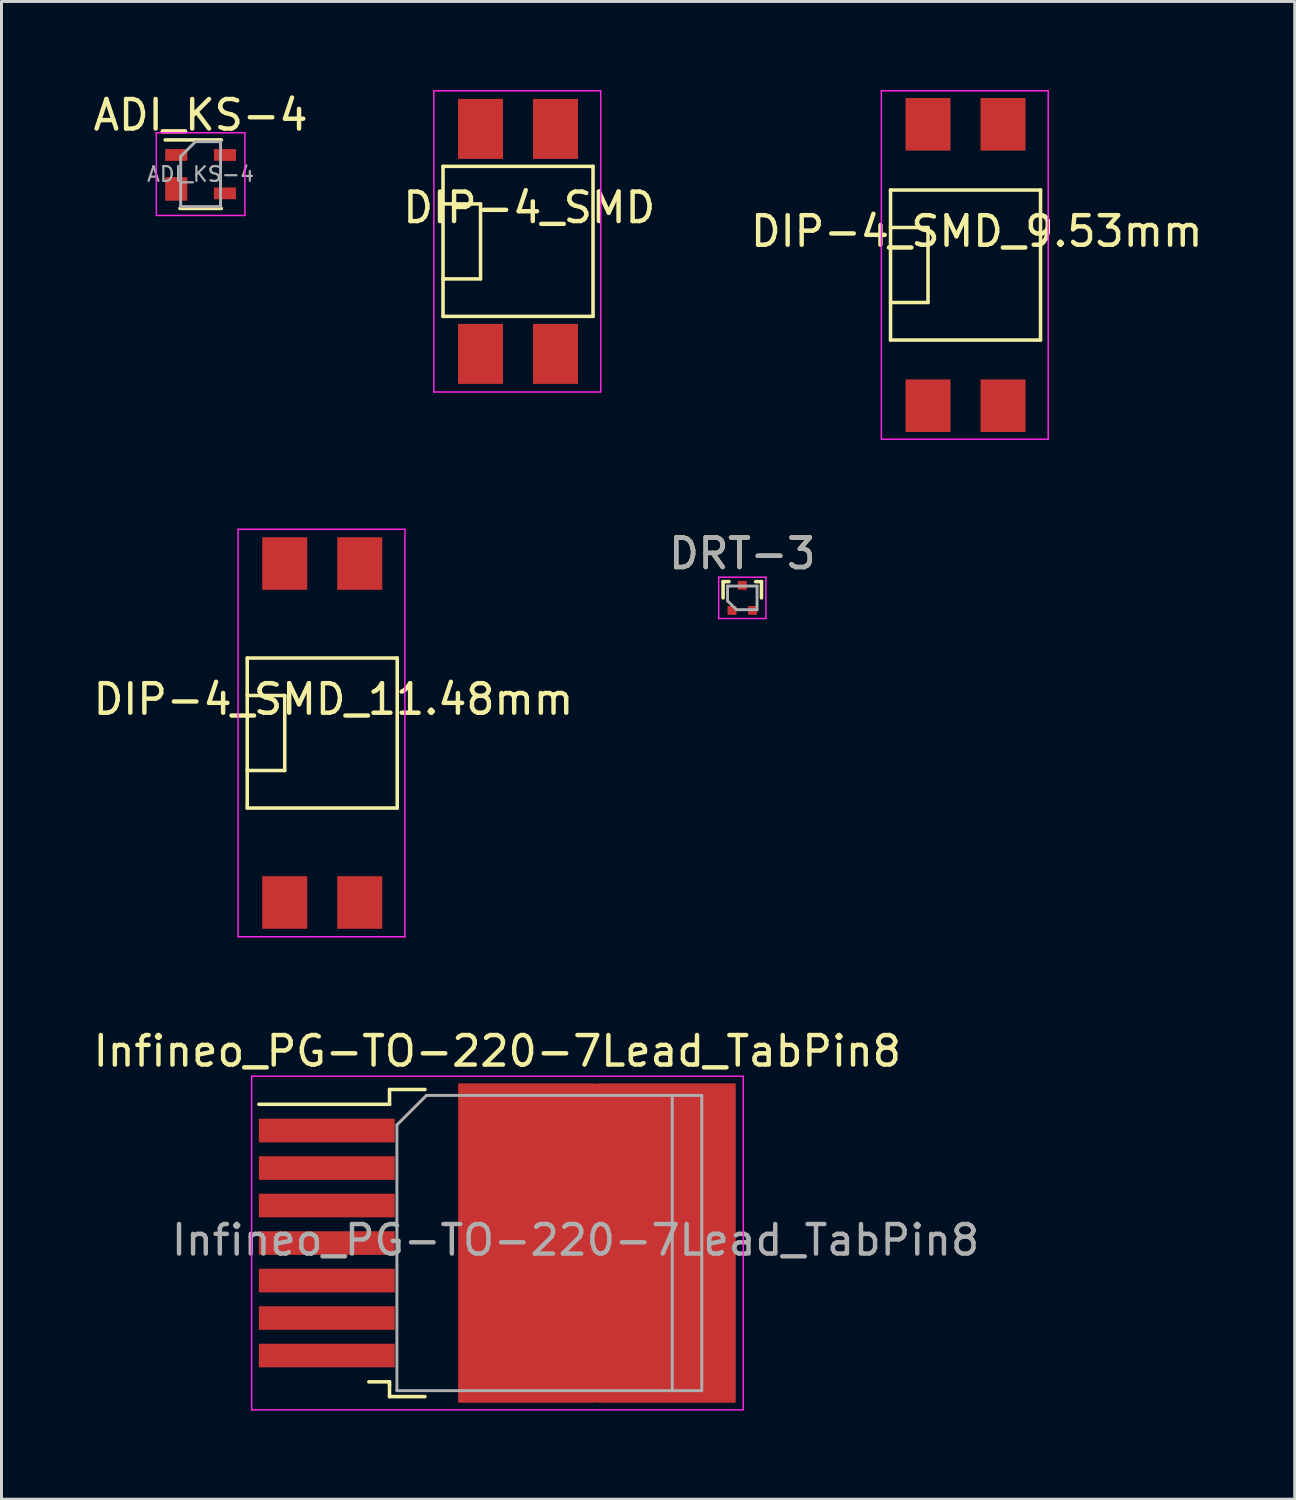
<source format=kicad_pcb>
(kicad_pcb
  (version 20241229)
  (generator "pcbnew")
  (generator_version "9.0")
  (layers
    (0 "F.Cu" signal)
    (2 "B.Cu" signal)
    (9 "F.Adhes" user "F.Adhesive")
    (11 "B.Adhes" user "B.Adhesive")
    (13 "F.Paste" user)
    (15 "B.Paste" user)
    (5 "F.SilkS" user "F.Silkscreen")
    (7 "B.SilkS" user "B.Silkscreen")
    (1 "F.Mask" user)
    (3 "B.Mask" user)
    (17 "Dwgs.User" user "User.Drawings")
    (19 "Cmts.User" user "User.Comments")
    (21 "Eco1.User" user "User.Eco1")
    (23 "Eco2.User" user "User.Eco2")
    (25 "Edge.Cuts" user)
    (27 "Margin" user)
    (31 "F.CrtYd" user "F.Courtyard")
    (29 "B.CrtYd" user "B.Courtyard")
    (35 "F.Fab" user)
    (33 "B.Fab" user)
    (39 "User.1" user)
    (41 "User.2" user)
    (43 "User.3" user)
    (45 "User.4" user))
  (footprint "Infineo_PG-TO-220-7Lead_TabPin8"
    (layer "F.Cu")
    (at 13.792 39.048)
    (property "Reference" "Infineo_PG-TO-220-7Lead_TabPin8" (at 0 -6.5 0) (layer "F.SilkS") (effects (font (size 1 1) (thickness 0.15))))
    (attr smd)
    (fp_line (start -8.075 -4.7) (end -3.65 -4.7) (stroke (width 0.12) (type solid)) (layer "F.SilkS"))
    (fp_line (start -4.35 4.7) (end -3.65 4.7) (stroke (width 0.12) (type solid)) (layer "F.SilkS"))
    (fp_line (start -3.65 -5.2) (end -2.45 -5.2) (stroke (width 0.12) (type solid)) (layer "F.SilkS"))
    (fp_line (start -3.65 -4.7) (end -3.65 -5.2) (stroke (width 0.12) (type solid)) (layer "F.SilkS"))
    (fp_line (start -3.65 4.7) (end -3.65 4.8) (stroke (width 0.12) (type solid)) (layer "F.SilkS"))
    (fp_line (start -3.65 5.2) (end -3.65 4.8) (stroke (width 0.12) (type solid)) (layer "F.SilkS"))
    (fp_line (start -2.45 5.2) (end -3.65 5.2) (stroke (width 0.12) (type solid)) (layer "F.SilkS"))
    (fp_line (start -8.32 -5.65) (end -8.32 5.65) (stroke (width 0.05) (type solid)) (layer "F.CrtYd"))
    (fp_line (start -8.32 -5.65) (end 8.33 -5.65) (stroke (width 0.05) (type solid)) (layer "F.CrtYd"))
    (fp_line (start 8.33 5.65) (end -8.32 5.65) (stroke (width 0.05) (type solid)) (layer "F.CrtYd"))
    (fp_line (start 8.33 5.65) (end 8.33 -5.65) (stroke (width 0.05) (type solid)) (layer "F.CrtYd"))
    (fp_line (start -3.4 -4) (end -3.4 5) (stroke (width 0.1) (type solid)) (layer "F.Fab"))
    (fp_line (start -3.4 -4) (end -2.4 -5) (stroke (width 0.1) (type solid)) (layer "F.Fab"))
    (fp_line (start -3.4 5) (end 5.85 5) (stroke (width 0.1) (type solid)) (layer "F.Fab"))
    (fp_line (start -2.4 -5) (end 5.925 -5) (stroke (width 0.1) (type solid)) (layer "F.Fab"))
    (fp_line (start 5.925 -5) (end 5.925 5) (stroke (width 0.1) (type solid)) (layer "F.Fab"))
    (fp_line (start 5.925 -5) (end 6.925 -5) (stroke (width 0.1) (type solid)) (layer "F.Fab"))
    (fp_line (start 5.925 5) (end 6.925 5) (stroke (width 0.1) (type solid)) (layer "F.Fab"))
    (fp_line (start 6.925 -5) (end 6.925 5) (stroke (width 0.1) (type solid)) (layer "F.Fab"))
    (fp_text user "${REFERENCE}" (at 2.65 -0.1 0) (layer "F.Fab") (effects (font (size 1 1) (thickness 0.15))))
    (pad "1" smd rect (at -5.775 -3.81) (size 4.6 0.8) (layers "F.Cu" "F.Mask" "F.Paste"))
    (pad "2" smd rect (at -5.775 -2.54) (size 4.6 0.8) (layers "F.Cu" "F.Mask" "F.Paste"))
    (pad "3" smd rect (at -5.775 -1.27) (size 4.6 0.8) (layers "F.Cu" "F.Mask" "F.Paste"))
    (pad "4" smd rect (at -5.775 0) (size 4.6 0.8) (layers "F.Cu" "F.Mask" "F.Paste"))
    (pad "5" smd rect (at -5.775 1.27) (size 4.6 0.8) (layers "F.Cu" "F.Mask" "F.Paste"))
    (pad "6" smd rect (at -5.775 2.54) (size 4.6 0.8) (layers "F.Cu" "F.Mask" "F.Paste"))
    (pad "7" smd rect (at -5.775 3.81) (size 4.6 0.8) (layers "F.Cu" "F.Mask" "F.Paste"))
    (pad "8" smd rect (at 1 -2.75) (size 4.6 5.3) (layers "F.Cu" "F.Paste"))
    (pad "8" smd rect (at 1 2.75) (size 4.6 5.3) (layers "F.Cu" "F.Paste"))
    (pad "8" smd rect (at 3.375 0) (size 9.4 10.8) (layers "F.Cu" "F.Mask"))
    (pad "8" smd rect (at 5.75 -2.75) (size 4.6 5.3) (layers "F.Cu" "F.Paste"))
    (pad "8" smd rect (at 5.75 2.75) (size 4.6 5.3) (layers "F.Cu" "F.Paste")))
  (footprint "DIP-4_SMD"
    (layer "F.Cu")
    (at 14.494 5.125)
    (property "Reference" "DIP-4_SMD" (at 0.381 -1.143 0) (layer "F.SilkS") (effects (font (size 1 1) (thickness 0.15))))
    (attr smd)
    (fp_line (start -2.54 -2.54) (end -2.54 2.54) (stroke (width 0.12) (type solid)) (layer "F.SilkS"))
    (fp_line (start -2.54 -1.27) (end -1.27 -1.27) (stroke (width 0.12) (type solid)) (layer "F.SilkS"))
    (fp_line (start -2.54 2.54) (end 2.54 2.54) (stroke (width 0.12) (type solid)) (layer "F.SilkS"))
    (fp_line (start -1.27 -1.27) (end -1.27 1.27) (stroke (width 0.12) (type solid)) (layer "F.SilkS"))
    (fp_line (start -1.27 1.27) (end -2.54 1.27) (stroke (width 0.12) (type solid)) (layer "F.SilkS"))
    (fp_line (start 2.54 -2.54) (end -2.54 -2.54) (stroke (width 0.12) (type solid)) (layer "F.SilkS"))
    (fp_line (start 2.54 2.54) (end 2.54 -2.54) (stroke (width 0.12) (type solid)) (layer "F.SilkS"))
    (fp_line (start -2.85 -5.1) (end 2.8 -5.1) (stroke (width 0.05) (type solid)) (layer "F.CrtYd"))
    (fp_line (start -2.85 5.1) (end -2.85 -5.1) (stroke (width 0.05) (type solid)) (layer "F.CrtYd"))
    (fp_line (start 2.8 -5.1) (end 2.8 5.1) (stroke (width 0.05) (type solid)) (layer "F.CrtYd"))
    (fp_line (start 2.8 5.1) (end -2.85 5.1) (stroke (width 0.05) (type solid)) (layer "F.CrtYd"))
    (pad "1" smd rect (at -1.27 3.81) (size 1.524 2.032) (layers "F.Cu" "F.Mask" "F.Paste"))
    (pad "2" smd rect (at 1.27 3.81) (size 1.524 2.032) (layers "F.Cu" "F.Mask" "F.Paste"))
    (pad "3" smd rect (at 1.27 -3.81) (size 1.524 2.032) (layers "F.Cu" "F.Mask" "F.Paste"))
    (pad "4" smd rect (at -1.27 -3.81) (size 1.524 2.032) (layers "F.Cu" "F.Mask" "F.Paste")))
  (footprint "DRT-3"
    (layer "F.Cu")
    (at 22.089 17.198)
    (property "Reference" "DRT-3" (at 0 -1.5 0) (layer "F.SilkS") (effects (font (size 1 1) (thickness 0.15))))
    (attr smd)
    (fp_line (start -0.65 -0.55) (end -0.45 -0.55) (stroke (width 0.12) (type solid)) (layer "F.SilkS"))
    (fp_line (start -0.65 0) (end -0.65 -0.55) (stroke (width 0.12) (type solid)) (layer "F.SilkS"))
    (fp_line (start 0.65 -0.55) (end 0.45 -0.55) (stroke (width 0.12) (type solid)) (layer "F.SilkS"))
    (fp_line (start 0.65 0) (end 0.65 -0.55) (stroke (width 0.12) (type solid)) (layer "F.SilkS"))
    (fp_line (start -0.8 -0.7) (end 0.8 -0.7) (stroke (width 0.05) (type solid)) (layer "F.CrtYd"))
    (fp_line (start -0.8 0.7) (end -0.8 -0.7) (stroke (width 0.05) (type solid)) (layer "F.CrtYd"))
    (fp_line (start 0.8 -0.7) (end 0.8 0.7) (stroke (width 0.05) (type solid)) (layer "F.CrtYd"))
    (fp_line (start 0.8 0.7) (end -0.8 0.7) (stroke (width 0.05) (type solid)) (layer "F.CrtYd"))
    (fp_line (start -0.5 -0.4) (end 0.5 -0.4) (stroke (width 0.1) (type solid)) (layer "F.Fab"))
    (fp_line (start -0.5 0.1) (end -0.5 -0.4) (stroke (width 0.1) (type solid)) (layer "F.Fab"))
    (fp_line (start -0.5 0.1) (end -0.2 0.4) (stroke (width 0.1) (type solid)) (layer "F.Fab"))
    (fp_line (start 0.5 -0.4) (end 0.5 0.4) (stroke (width 0.1) (type solid)) (layer "F.Fab"))
    (fp_line (start 0.5 0.4) (end -0.2 0.4) (stroke (width 0.1) (type solid)) (layer "F.Fab"))
    (fp_text user "${REFERENCE}" (at 0 -1.5 0) (layer "F.Fab") (effects (font (size 1 1) (thickness 0.15))))
    (pad "1" smd rect (at -0.35 0.425) (size 0.3 0.3) (layers "F.Cu" "F.Mask" "F.Paste"))
    (pad "2" smd rect (at 0.35 0.425) (size 0.3 0.3) (layers "F.Cu" "F.Mask" "F.Paste"))
    (pad "3" smd rect (at 0 -0.425) (size 0.3 0.3) (layers "F.Cu" "F.Mask" "F.Paste")))
  (footprint "DIP-4_SMD_11.48mm"
    (layer "F.Cu")
    (at 7.863 21.775)
    (property "Reference" "DIP-4_SMD_11.48mm" (at 0.381 -1.143 0) (layer "F.SilkS") (effects (font (size 1 1) (thickness 0.15))))
    (attr smd)
    (fp_line (start -2.54 -2.54) (end -2.54 2.54) (stroke (width 0.12) (type solid)) (layer "F.SilkS"))
    (fp_line (start -2.54 -1.27) (end -1.27 -1.27) (stroke (width 0.12) (type solid)) (layer "F.SilkS"))
    (fp_line (start -2.54 2.54) (end 2.54 2.54) (stroke (width 0.12) (type solid)) (layer "F.SilkS"))
    (fp_line (start -1.27 -1.27) (end -1.27 1.27) (stroke (width 0.12) (type solid)) (layer "F.SilkS"))
    (fp_line (start -1.27 1.27) (end -2.54 1.27) (stroke (width 0.12) (type solid)) (layer "F.SilkS"))
    (fp_line (start 2.54 -2.54) (end -2.54 -2.54) (stroke (width 0.12) (type solid)) (layer "F.SilkS"))
    (fp_line (start 2.54 2.54) (end 2.54 -2.54) (stroke (width 0.12) (type solid)) (layer "F.SilkS"))
    (fp_line (start -2.85 -6.9) (end 2.8 -6.9) (stroke (width 0.05) (type solid)) (layer "F.CrtYd"))
    (fp_line (start -2.85 6.9) (end -2.85 -6.9) (stroke (width 0.05) (type solid)) (layer "F.CrtYd"))
    (fp_line (start 2.8 -6.9) (end 2.8 6.9) (stroke (width 0.05) (type solid)) (layer "F.CrtYd"))
    (fp_line (start 2.8 6.9) (end -2.85 6.9) (stroke (width 0.05) (type solid)) (layer "F.CrtYd"))
    (pad "1" smd rect (at -1.27 5.74) (size 1.524 1.78) (layers "F.Cu" "F.Mask" "F.Paste"))
    (pad "2" smd rect (at 1.27 5.74) (size 1.524 1.78) (layers "F.Cu" "F.Mask" "F.Paste"))
    (pad "3" smd rect (at 1.27 -5.74) (size 1.524 1.78) (layers "F.Cu" "F.Mask" "F.Paste"))
    (pad "4" smd rect (at -1.27 -5.74) (size 1.524 1.78) (layers "F.Cu" "F.Mask" "F.Paste")))
  (footprint "DIP-4_SMD_9.53mm"
    (layer "F.Cu")
    (at 29.649 5.925)
    (property "Reference" "DIP-4_SMD_9.53mm" (at 0.381 -1.143 0) (layer "F.SilkS") (effects (font (size 1 1) (thickness 0.15))))
    (attr smd)
    (fp_line (start -2.54 -2.54) (end -2.54 2.54) (stroke (width 0.12) (type solid)) (layer "F.SilkS"))
    (fp_line (start -2.54 -1.27) (end -1.27 -1.27) (stroke (width 0.12) (type solid)) (layer "F.SilkS"))
    (fp_line (start -2.54 2.54) (end 2.54 2.54) (stroke (width 0.12) (type solid)) (layer "F.SilkS"))
    (fp_line (start -1.27 -1.27) (end -1.27 1.27) (stroke (width 0.12) (type solid)) (layer "F.SilkS"))
    (fp_line (start -1.27 1.27) (end -2.54 1.27) (stroke (width 0.12) (type solid)) (layer "F.SilkS"))
    (fp_line (start 2.54 -2.54) (end -2.54 -2.54) (stroke (width 0.12) (type solid)) (layer "F.SilkS"))
    (fp_line (start 2.54 2.54) (end 2.54 -2.54) (stroke (width 0.12) (type solid)) (layer "F.SilkS"))
    (fp_line (start -2.85 -5.9) (end 2.8 -5.9) (stroke (width 0.05) (type solid)) (layer "F.CrtYd"))
    (fp_line (start -2.85 5.9) (end -2.85 -5.9) (stroke (width 0.05) (type solid)) (layer "F.CrtYd"))
    (fp_line (start 2.8 -5.9) (end 2.8 5.9) (stroke (width 0.05) (type solid)) (layer "F.CrtYd"))
    (fp_line (start 2.8 5.9) (end -2.85 5.9) (stroke (width 0.05) (type solid)) (layer "F.CrtYd"))
    (pad "1" smd rect (at -1.27 4.765) (size 1.524 1.78) (layers "F.Cu" "F.Mask" "F.Paste"))
    (pad "2" smd rect (at 1.27 4.765) (size 1.524 1.78) (layers "F.Cu" "F.Mask" "F.Paste"))
    (pad "3" smd rect (at 1.27 -4.765) (size 1.524 1.78) (layers "F.Cu" "F.Mask" "F.Paste"))
    (pad "4" smd rect (at -1.27 -4.765) (size 1.524 1.78) (layers "F.Cu" "F.Mask" "F.Paste")))
  (footprint "ADI_KS-4"
    (layer "F.Cu")
    (at 3.744 2.848)
    (property "Reference" "ADI_KS-4" (at 0 -2 0) (layer "F.SilkS") (effects (font (size 1 1) (thickness 0.15))))
    (attr smd)
    (fp_line (start -0.7 1.16) (end 0.7 1.16) (stroke (width 0.12) (type solid)) (layer "F.SilkS"))
    (fp_line (start 0.7 -1.16) (end -1.2 -1.16) (stroke (width 0.12) (type solid)) (layer "F.SilkS"))
    (fp_line (start -1.5 -1.4) (end -1.5 1.4) (stroke (width 0.05) (type solid)) (layer "F.CrtYd"))
    (fp_line (start -1.5 -1.4) (end 1.5 -1.4) (stroke (width 0.05) (type solid)) (layer "F.CrtYd"))
    (fp_line (start -1.5 1.4) (end 1.5 1.4) (stroke (width 0.05) (type solid)) (layer "F.CrtYd"))
    (fp_line (start 1.5 1.4) (end 1.5 -1.4) (stroke (width 0.05) (type solid)) (layer "F.CrtYd"))
    (fp_line (start -0.675 -0.6) (end -0.675 1.1) (stroke (width 0.1) (type solid)) (layer "F.Fab"))
    (fp_line (start -0.175 -1.1) (end -0.675 -0.6) (stroke (width 0.1) (type solid)) (layer "F.Fab"))
    (fp_line (start 0.675 -1.1) (end -0.175 -1.1) (stroke (width 0.1) (type solid)) (layer "F.Fab"))
    (fp_line (start 0.675 -1.1) (end 0.675 1.1) (stroke (width 0.1) (type solid)) (layer "F.Fab"))
    (fp_line (start 0.675 1.1) (end -0.675 1.1) (stroke (width 0.1) (type solid)) (layer "F.Fab"))
    (fp_text user "${REFERENCE}" (at 0 0 0) (layer "F.Fab") (effects (font (size 0.5 0.5) (thickness 0.075))))
    (pad "1" smd rect (at -0.825 -0.65) (size 0.75 0.4) (layers "F.Cu" "F.Mask" "F.Paste"))
    (pad "2" smd rect (at -0.825 0.5) (size 0.75 0.8) (layers "F.Cu" "F.Mask" "F.Paste"))
    (pad "3" smd rect (at 0.825 0.65) (size 0.75 0.4) (layers "F.Cu" "F.Mask" "F.Paste"))
    (pad "4" smd rect (at 0.825 -0.65) (size 0.75 0.4) (layers "F.Cu" "F.Mask" "F.Paste")))
  (gr_rect
    (start -3 -3)
    (end 40.798 47.723)
    (stroke (width 0.1) (type default))
    (fill no)
    (layer "Edge.Cuts")))
</source>
